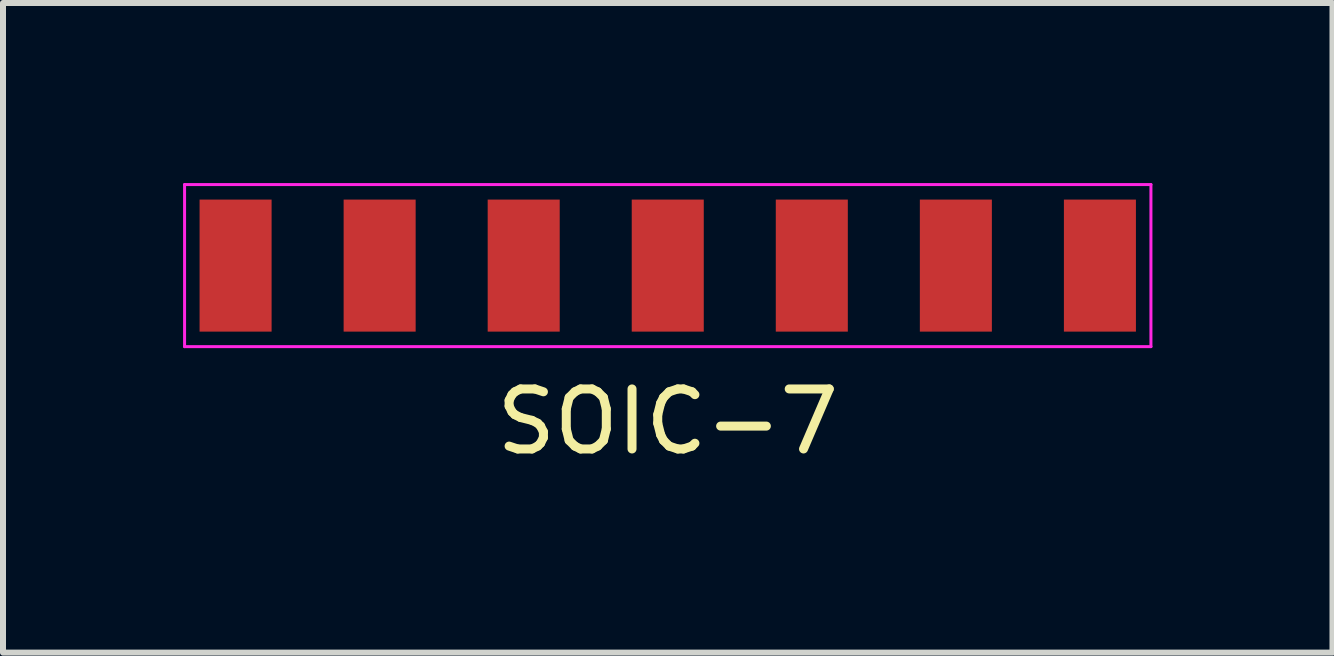
<source format=kicad_pcb>
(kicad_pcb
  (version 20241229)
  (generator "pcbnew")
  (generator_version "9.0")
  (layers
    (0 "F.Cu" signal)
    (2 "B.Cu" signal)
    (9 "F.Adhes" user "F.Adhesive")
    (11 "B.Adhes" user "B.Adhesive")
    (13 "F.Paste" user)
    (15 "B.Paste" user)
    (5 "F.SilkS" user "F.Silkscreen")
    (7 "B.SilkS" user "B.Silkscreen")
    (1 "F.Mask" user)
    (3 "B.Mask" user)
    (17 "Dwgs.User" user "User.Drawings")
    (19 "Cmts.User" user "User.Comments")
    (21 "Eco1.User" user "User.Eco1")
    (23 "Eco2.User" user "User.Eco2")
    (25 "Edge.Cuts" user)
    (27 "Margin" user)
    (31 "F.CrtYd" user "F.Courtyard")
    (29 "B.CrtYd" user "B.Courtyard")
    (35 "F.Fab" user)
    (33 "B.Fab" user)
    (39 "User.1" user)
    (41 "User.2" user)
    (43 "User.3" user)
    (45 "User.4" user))
  (footprint "SOIC-7"
    (layer "F.Cu")
    (at 8.075 1.375)
    (property "Reference" "SOIC-7" (at 0 2.6 0) (layer "F.SilkS") (effects (font (size 1 1) (thickness 0.15))))
    (attr smd)
    (fp_line (start -8.05 -1.35) (end 8.05 -1.35) (stroke (width 0.05) (type default)) (layer "F.CrtYd"))
    (fp_line (start -8.05 1.35) (end -8.05 -1.35) (stroke (width 0.05) (type default)) (layer "F.CrtYd"))
    (fp_line (start 8.05 -1.35) (end 8.05 1.35) (stroke (width 0.05) (type default)) (layer "F.CrtYd"))
    (fp_line (start 8.05 1.35) (end -8.05 1.35) (stroke (width 0.05) (type default)) (layer "F.CrtYd"))
    (pad "1" smd rect (at -7.2 0) (size 1.2 2.2) (layers "F.Cu" "F.Mask" "F.Paste"))
    (pad "2" smd rect (at -4.8 0) (size 1.2 2.2) (layers "F.Cu" "F.Mask" "F.Paste"))
    (pad "3" smd rect (at -2.4 0) (size 1.2 2.2) (layers "F.Cu" "F.Mask" "F.Paste"))
    (pad "4" smd rect (at 0 0) (size 1.2 2.2) (layers "F.Cu" "F.Mask" "F.Paste"))
    (pad "5" smd rect (at 2.4 0) (size 1.2 2.2) (layers "F.Cu" "F.Mask" "F.Paste"))
    (pad "6" smd rect (at 4.8 0) (size 1.2 2.2) (layers "F.Cu" "F.Mask" "F.Paste"))
    (pad "7" smd rect (at 7.2 0) (size 1.2 2.2) (layers "F.Cu" "F.Mask" "F.Paste")))
  (gr_rect
    (start -3 -3)
    (end 19.15 7.823)
    (stroke (width 0.1) (type default))
    (fill no)
    (layer "Edge.Cuts")))
</source>
